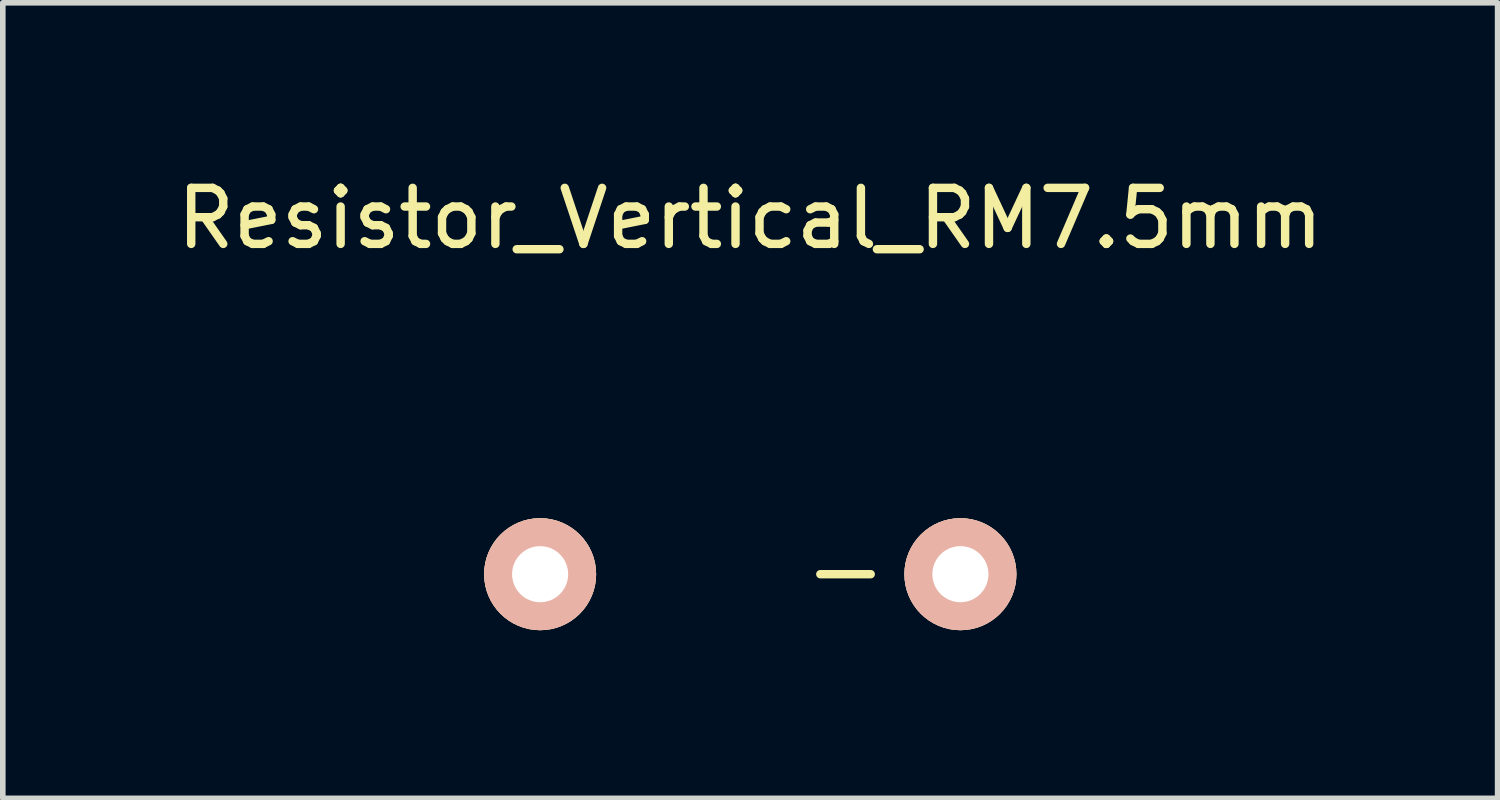
<source format=kicad_pcb>
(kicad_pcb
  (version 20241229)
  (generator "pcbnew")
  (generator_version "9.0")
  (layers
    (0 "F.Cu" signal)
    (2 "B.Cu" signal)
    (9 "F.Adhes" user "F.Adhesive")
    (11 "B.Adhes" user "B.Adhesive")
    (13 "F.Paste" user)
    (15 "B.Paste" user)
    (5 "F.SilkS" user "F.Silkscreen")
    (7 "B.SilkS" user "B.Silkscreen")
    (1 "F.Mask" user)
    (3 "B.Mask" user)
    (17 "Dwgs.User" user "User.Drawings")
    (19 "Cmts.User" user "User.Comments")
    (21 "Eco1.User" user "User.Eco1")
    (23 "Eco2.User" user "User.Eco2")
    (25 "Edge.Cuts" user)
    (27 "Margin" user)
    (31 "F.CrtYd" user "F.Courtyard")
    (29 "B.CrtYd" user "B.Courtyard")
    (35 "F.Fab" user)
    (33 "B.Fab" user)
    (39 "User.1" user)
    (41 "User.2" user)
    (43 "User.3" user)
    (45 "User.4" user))
  (footprint "Resistor_Vertical_RM7.5mm"
    (layer "F.Cu")
    (at 10.339 7.198)
    (property "Reference" "Resistor_Vertical_RM7.5mm" (at 0 -6.35 0) (layer "F.SilkS") (effects (font (size 1 1) (thickness 0.15))))
    (attr through_hole)
    (fp_line (start 1.252 0) (end 2.151 0) (stroke (width 0.15) (type solid)) (layer "F.SilkS"))
    (pad "1" thru_hole circle (at -3.749 0) (size 1.999 1.999) (drill 1.001) (layers "*.Cu" "*.SilkS" "*.Mask"))
    (pad "2" thru_hole circle (at 3.752 0) (size 1.999 1.999) (drill 1.001) (layers "*.Cu" "*.SilkS" "*.Mask")))
  (gr_rect
    (start -3 -3)
    (end 23.679 11.198)
    (stroke (width 0.1) (type default))
    (fill no)
    (layer "Edge.Cuts")))
</source>
